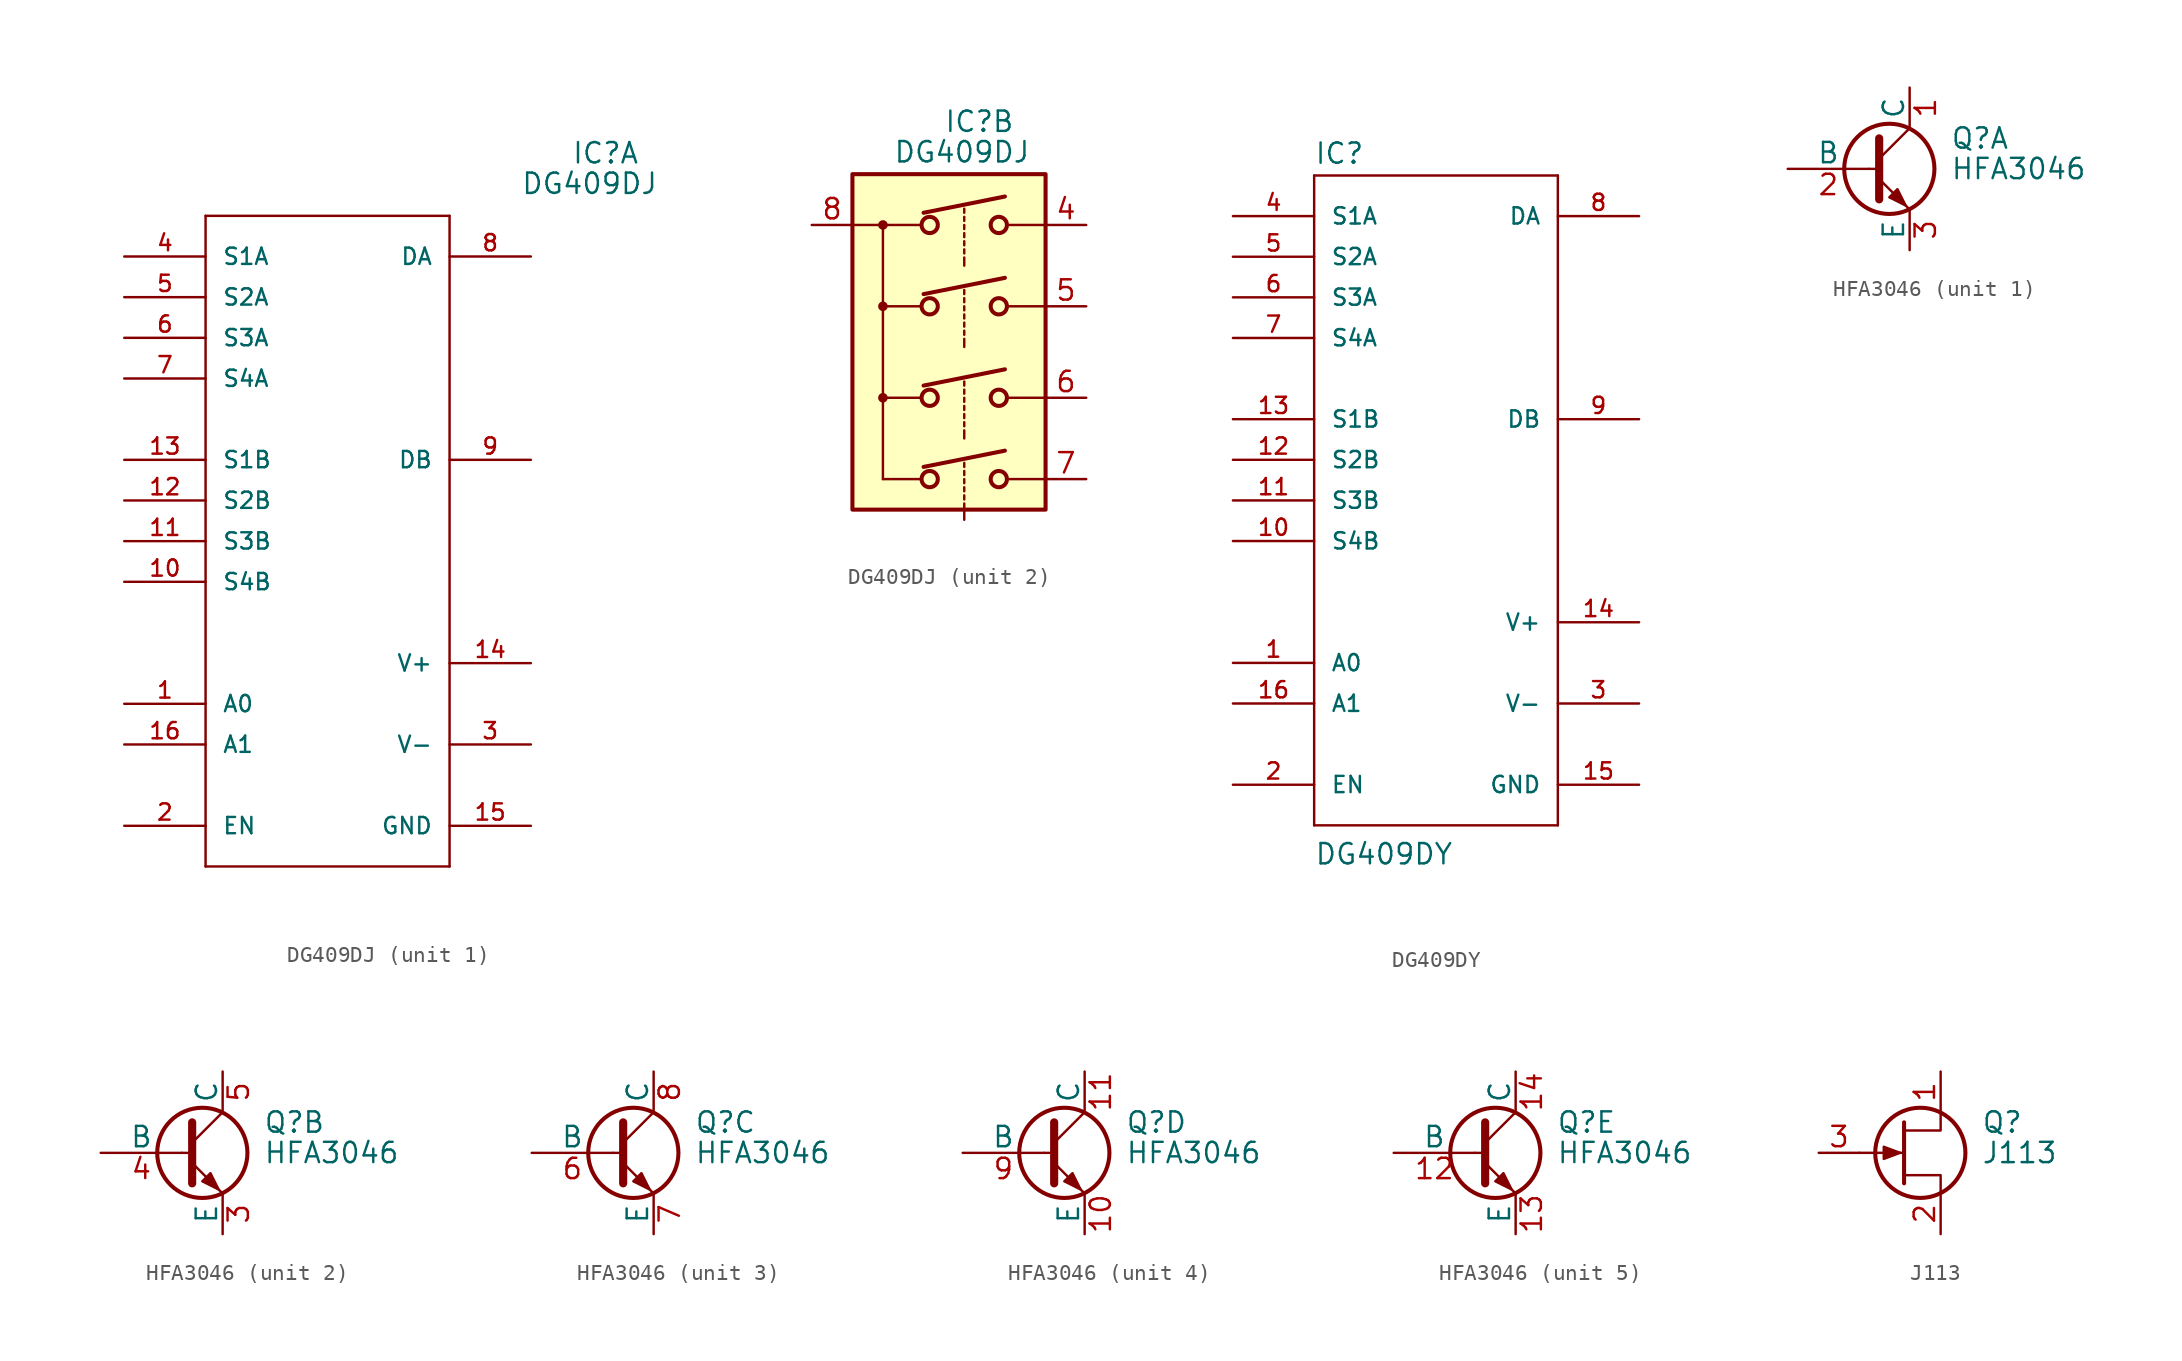
<source format=kicad_sym>
(kicad_symbol_lib
  (version 20220914)
  (generator kicad_symbol_editor)
  (symbol "DG409DJ"
    (pin_names
      (offset 1.016))
    (property "Reference" "IC"
      (at 15.24 23.495 0)
      (effects (font (size 1.27 1.27)) (justify left bottom)))
    (property "Value" "DG409DJ"
      (at 12.065 21.59 0)
      (effects (font (size 1.27 1.27)) (justify left bottom)))
    (property "ki_locked" ""
      (at 0 0 0)
      (effects (font (size 1.27 1.27))))
    (symbol "DG409DJ_1_0"
      (polyline (pts (xy -7.62 20.32) (xy -7.62 -20.32)) (stroke (width 0) (type default)) (fill (type none)))
      (polyline (pts (xy -7.62 20.32) (xy 7.62 20.32)) (stroke (width 0) (type default)) (fill (type none)))
      (polyline (pts (xy 7.62 -20.32) (xy -7.62 -20.32)) (stroke (width 0) (type default)) (fill (type none)))
      (polyline (pts (xy 7.62 -20.32) (xy 7.62 20.32)) (stroke (width 0) (type default)) (fill (type none))))
    (symbol "DG409DJ_1_1"
      (pin input line (at -12.7 -10.16 0) (length 5.08) (name "A0" (effects (font (size 1.016 1.016)))) (number "1" (effects (font (size 1.016 1.016)))))
      (pin passive line (at -12.7 -2.54 0) (length 5.08) (name "S4B" (effects (font (size 1.016 1.016)))) (number "10" (effects (font (size 1.016 1.016)))))
      (pin passive line (at -12.7 0 0) (length 5.08) (name "S3B" (effects (font (size 1.016 1.016)))) (number "11" (effects (font (size 1.016 1.016)))))
      (pin passive line (at -12.7 2.54 0) (length 5.08) (name "S2B" (effects (font (size 1.016 1.016)))) (number "12" (effects (font (size 1.016 1.016)))))
      (pin passive line (at -12.7 5.08 0) (length 5.08) (name "S1B" (effects (font (size 1.016 1.016)))) (number "13" (effects (font (size 1.016 1.016)))))
      (pin power_in line (at 12.7 -7.62 180) (length 5.08) (name "V+" (effects (font (size 1.016 1.016)))) (number "14" (effects (font (size 1.016 1.016)))))
      (pin power_in line (at 12.7 -17.78 180) (length 5.08) (name "GND" (effects (font (size 1.016 1.016)))) (number "15" (effects (font (size 1.016 1.016)))))
      (pin input line (at -12.7 -12.7 0) (length 5.08) (name "A1" (effects (font (size 1.016 1.016)))) (number "16" (effects (font (size 1.016 1.016)))))
      (pin input line (at -12.7 -17.78 0) (length 5.08) (name "EN" (effects (font (size 1.016 1.016)))) (number "2" (effects (font (size 1.016 1.016)))))
      (pin power_in line (at 12.7 -12.7 180) (length 5.08) (name "V-" (effects (font (size 1.016 1.016)))) (number "3" (effects (font (size 1.016 1.016)))))
      (pin passive line (at -12.7 17.78 0) (length 5.08) (name "S1A" (effects (font (size 1.016 1.016)))) (number "4" (effects (font (size 1.016 1.016)))))
      (pin passive line (at -12.7 15.24 0) (length 5.08) (name "S2A" (effects (font (size 1.016 1.016)))) (number "5" (effects (font (size 1.016 1.016)))))
      (pin passive line (at -12.7 12.7 0) (length 5.08) (name "S3A" (effects (font (size 1.016 1.016)))) (number "6" (effects (font (size 1.016 1.016)))))
      (pin passive line (at -12.7 10.16 0) (length 5.08) (name "S4A" (effects (font (size 1.016 1.016)))) (number "7" (effects (font (size 1.016 1.016)))))
      (pin passive line (at 12.7 17.78 180) (length 5.08) (name "DA" (effects (font (size 1.016 1.016)))) (number "8" (effects (font (size 1.016 1.016)))))
      (pin passive line (at 12.7 5.08 180) (length 5.08) (name "DB" (effects (font (size 1.016 1.016)))) (number "9" (effects (font (size 1.016 1.016))))))
    (symbol "DG409DJ_2_1"
      (polyline (pts (xy 9.525 17.78) (xy 13.716 17.78)) (stroke (width 0) (type default)) (fill (type none)))
      (polyline (pts (xy 11.43 1.905) (xy 13.716 1.905)) (stroke (width 0) (type default)) (fill (type none)))
      (polyline (pts (xy 11.43 6.985) (xy 13.716 6.985)) (stroke (width 0) (type default)) (fill (type none)))
      (polyline (pts (xy 11.43 12.7) (xy 13.716 12.7)) (stroke (width 0) (type default)) (fill (type none)))
      (polyline (pts (xy 11.43 17.78) (xy 11.43 1.905)) (stroke (width 0) (type default)) (fill (type none)))
      (polyline (pts (xy 13.97 2.667) (xy 19.05 3.683)) (stroke (width 0.254) (type default)) (fill (type none)))
      (polyline (pts (xy 13.97 7.747) (xy 19.05 8.763)) (stroke (width 0.254) (type default)) (fill (type none)))
      (polyline (pts (xy 13.97 13.462) (xy 19.05 14.478)) (stroke (width 0.254) (type default)) (fill (type none)))
      (polyline (pts (xy 13.97 18.542) (xy 19.05 19.558)) (stroke (width 0.254) (type default)) (fill (type none)))
      (polyline (pts (xy 16.51 -0.635) (xy 16.51 -0.127)) (stroke (width 0) (type default)) (fill (type none)))
      (polyline (pts (xy 16.51 0.127) (xy 16.51 0.381)) (stroke (width 0) (type default)) (fill (type none)))
      (polyline (pts (xy 16.51 0.635) (xy 16.51 0.889)) (stroke (width 0) (type default)) (fill (type none)))
      (polyline (pts (xy 16.51 1.143) (xy 16.51 1.397)) (stroke (width 0) (type default)) (fill (type none)))
      (polyline (pts (xy 16.51 1.651) (xy 16.51 1.905)) (stroke (width 0) (type default)) (fill (type none)))
      (polyline (pts (xy 16.51 2.159) (xy 16.51 2.413)) (stroke (width 0) (type default)) (fill (type none)))
      (polyline (pts (xy 16.51 2.667) (xy 16.51 2.921)) (stroke (width 0) (type default)) (fill (type none)))
      (polyline (pts (xy 16.51 4.445) (xy 16.51 4.953)) (stroke (width 0) (type default)) (fill (type none)))
      (polyline (pts (xy 16.51 5.207) (xy 16.51 5.461)) (stroke (width 0) (type default)) (fill (type none)))
      (polyline (pts (xy 16.51 5.715) (xy 16.51 5.969)) (stroke (width 0) (type default)) (fill (type none)))
      (polyline (pts (xy 16.51 6.223) (xy 16.51 6.477)) (stroke (width 0) (type default)) (fill (type none)))
      (polyline (pts (xy 16.51 6.731) (xy 16.51 6.985)) (stroke (width 0) (type default)) (fill (type none)))
      (polyline (pts (xy 16.51 7.239) (xy 16.51 7.493)) (stroke (width 0) (type default)) (fill (type none)))
      (polyline (pts (xy 16.51 7.747) (xy 16.51 8.001)) (stroke (width 0) (type default)) (fill (type none)))
      (polyline (pts (xy 16.51 10.16) (xy 16.51 10.668)) (stroke (width 0) (type default)) (fill (type none)))
      (polyline (pts (xy 16.51 10.922) (xy 16.51 11.176)) (stroke (width 0) (type default)) (fill (type none)))
      (polyline (pts (xy 16.51 11.43) (xy 16.51 11.684)) (stroke (width 0) (type default)) (fill (type none)))
      (polyline (pts (xy 16.51 11.938) (xy 16.51 12.192)) (stroke (width 0) (type default)) (fill (type none)))
      (polyline (pts (xy 16.51 12.446) (xy 16.51 12.7)) (stroke (width 0) (type default)) (fill (type none)))
      (polyline (pts (xy 16.51 12.954) (xy 16.51 13.208)) (stroke (width 0) (type default)) (fill (type none)))
      (polyline (pts (xy 16.51 13.462) (xy 16.51 13.716)) (stroke (width 0) (type default)) (fill (type none)))
      (polyline (pts (xy 16.51 15.24) (xy 16.51 15.748)) (stroke (width 0) (type default)) (fill (type none)))
      (polyline (pts (xy 16.51 16.002) (xy 16.51 16.256)) (stroke (width 0) (type default)) (fill (type none)))
      (polyline (pts (xy 16.51 16.51) (xy 16.51 16.764)) (stroke (width 0) (type default)) (fill (type none)))
      (polyline (pts (xy 16.51 17.018) (xy 16.51 17.272)) (stroke (width 0) (type default)) (fill (type none)))
      (polyline (pts (xy 16.51 17.526) (xy 16.51 17.78)) (stroke (width 0) (type default)) (fill (type none)))
      (polyline (pts (xy 16.51 18.034) (xy 16.51 18.288)) (stroke (width 0) (type default)) (fill (type none)))
      (polyline (pts (xy 16.51 18.542) (xy 16.51 18.796)) (stroke (width 0) (type default)) (fill (type none)))
      (polyline (pts (xy 21.59 1.905) (xy 19.304 1.905)) (stroke (width 0) (type default)) (fill (type none)))
      (polyline (pts (xy 21.59 6.985) (xy 19.304 6.985)) (stroke (width 0) (type default)) (fill (type none)))
      (polyline (pts (xy 21.59 12.7) (xy 19.304 12.7)) (stroke (width 0) (type default)) (fill (type none)))
      (polyline (pts (xy 21.59 17.78) (xy 19.304 17.78)) (stroke (width 0) (type default)) (fill (type none)))
      (rectangle (start 9.525 20.955) (end 21.59 0) (stroke (width 0.254) (type default)) (fill (type background)))
      (circle (center 11.43 6.985) (radius 0.225) (stroke (width 0) (type default)) (fill (type outline)))
      (circle (center 11.43 12.7) (radius 0.225) (stroke (width 0) (type default)) (fill (type outline)))
      (circle (center 11.43 17.78) (radius 0.225) (stroke (width 0) (type default)) (fill (type outline)))
      (circle (center 14.351 1.905) (radius 0.508) (stroke (width 0.254) (type default)) (fill (type none)))
      (circle (center 14.351 6.985) (radius 0.508) (stroke (width 0.254) (type default)) (fill (type none)))
      (circle (center 14.351 12.7) (radius 0.508) (stroke (width 0.254) (type default)) (fill (type none)))
      (circle (center 14.351 17.78) (radius 0.508) (stroke (width 0.254) (type default)) (fill (type none)))
      (circle (center 18.669 1.905) (radius 0.508) (stroke (width 0.254) (type default)) (fill (type none)))
      (circle (center 18.669 6.985) (radius 0.508) (stroke (width 0.254) (type default)) (fill (type none)))
      (circle (center 18.669 12.7) (radius 0.508) (stroke (width 0.254) (type default)) (fill (type none)))
      (circle (center 18.669 17.78) (radius 0.508) (stroke (width 0.254) (type default)) (fill (type none)))
      (pin passive line (at 24.13 17.78 180) (length 2.54) (name "~" (effects (font (size 1.27 1.27)))) (number "4" (effects (font (size 1.27 1.27)))))
      (pin passive line (at 24.13 12.7 180) (length 2.54) (name "~" (effects (font (size 1.27 1.27)))) (number "5" (effects (font (size 1.27 1.27)))))
      (pin passive line (at 24.13 6.985 180) (length 2.54) (name "~" (effects (font (size 1.27 1.27)))) (number "6" (effects (font (size 1.27 1.27)))))
      (pin passive line (at 24.13 1.905 180) (length 2.54) (name "~" (effects (font (size 1.27 1.27)))) (number "7" (effects (font (size 1.27 1.27)))))
      (pin passive line (at 6.985 17.78 0) (length 2.54) (name "~" (effects (font (size 1.27 1.27)))) (number "8" (effects (font (size 1.27 1.27)))))))
  (symbol "DG409DY"
    (pin_names
      (offset 1.016))
    (property "Reference" "IC"
      (at -7.62 20.955 0)
      (effects (font (size 1.27 1.27)) (justify left bottom)))
    (property "Value" "DG409DY"
      (at -7.62 -22.86 0)
      (effects (font (size 1.27 1.27)) (justify left bottom)))
    (property "ki_locked" ""
      (at 0 0 0)
      (effects (font (size 1.27 1.27))))
    (symbol "DG409DY_1_0"
      (polyline (pts (xy -7.62 20.32) (xy -7.62 -20.32)) (stroke (width 0) (type default)) (fill (type none)))
      (polyline (pts (xy -7.62 20.32) (xy 7.62 20.32)) (stroke (width 0) (type default)) (fill (type none)))
      (polyline (pts (xy 7.62 -20.32) (xy -7.62 -20.32)) (stroke (width 0) (type default)) (fill (type none)))
      (polyline (pts (xy 7.62 -20.32) (xy 7.62 20.32)) (stroke (width 0) (type default)) (fill (type none))))
    (symbol "DG409DY_1_1"
      (pin input line (at -12.7 -10.16 0) (length 5.08) (name "A0" (effects (font (size 1.016 1.016)))) (number "1" (effects (font (size 1.016 1.016)))))
      (pin passive line (at -12.7 -2.54 0) (length 5.08) (name "S4B" (effects (font (size 1.016 1.016)))) (number "10" (effects (font (size 1.016 1.016)))))
      (pin passive line (at -12.7 0 0) (length 5.08) (name "S3B" (effects (font (size 1.016 1.016)))) (number "11" (effects (font (size 1.016 1.016)))))
      (pin passive line (at -12.7 2.54 0) (length 5.08) (name "S2B" (effects (font (size 1.016 1.016)))) (number "12" (effects (font (size 1.016 1.016)))))
      (pin passive line (at -12.7 5.08 0) (length 5.08) (name "S1B" (effects (font (size 1.016 1.016)))) (number "13" (effects (font (size 1.016 1.016)))))
      (pin power_in line (at 12.7 -7.62 180) (length 5.08) (name "V+" (effects (font (size 1.016 1.016)))) (number "14" (effects (font (size 1.016 1.016)))))
      (pin power_in line (at 12.7 -17.78 180) (length 5.08) (name "GND" (effects (font (size 1.016 1.016)))) (number "15" (effects (font (size 1.016 1.016)))))
      (pin input line (at -12.7 -12.7 0) (length 5.08) (name "A1" (effects (font (size 1.016 1.016)))) (number "16" (effects (font (size 1.016 1.016)))))
      (pin input line (at -12.7 -17.78 0) (length 5.08) (name "EN" (effects (font (size 1.016 1.016)))) (number "2" (effects (font (size 1.016 1.016)))))
      (pin power_in line (at 12.7 -12.7 180) (length 5.08) (name "V-" (effects (font (size 1.016 1.016)))) (number "3" (effects (font (size 1.016 1.016)))))
      (pin passive line (at -12.7 17.78 0) (length 5.08) (name "S1A" (effects (font (size 1.016 1.016)))) (number "4" (effects (font (size 1.016 1.016)))))
      (pin passive line (at -12.7 15.24 0) (length 5.08) (name "S2A" (effects (font (size 1.016 1.016)))) (number "5" (effects (font (size 1.016 1.016)))))
      (pin passive line (at -12.7 12.7 0) (length 5.08) (name "S3A" (effects (font (size 1.016 1.016)))) (number "6" (effects (font (size 1.016 1.016)))))
      (pin passive line (at -12.7 10.16 0) (length 5.08) (name "S4A" (effects (font (size 1.016 1.016)))) (number "7" (effects (font (size 1.016 1.016)))))
      (pin passive line (at 12.7 17.78 180) (length 5.08) (name "DA" (effects (font (size 1.016 1.016)))) (number "8" (effects (font (size 1.016 1.016)))))
      (pin passive line (at 12.7 5.08 180) (length 5.08) (name "DB" (effects (font (size 1.016 1.016)))) (number "9" (effects (font (size 1.016 1.016)))))))
  (symbol "HFA3046"
    (pin_names
      (offset 0))
    (property "Reference" "Q"
      (at 5.08 1.905 0)
      (effects (font (size 1.27 1.27)) (justify left)))
    (property "Value" "HFA3046"
      (at 5.08 0 0)
      (effects (font (size 1.27 1.27)) (justify left)))
    (property "Datasheet" ""
      (at 0 0 0)
      (effects (font (size 1.27 1.27)) (justify left)))
    (symbol "HFA3046_0_1"
      (polyline (pts (xy 0 0) (xy 0.635 0)) (stroke (width 0) (type default)) (fill (type none)))
      (polyline (pts (xy 0.635 0.635) (xy 2.54 2.54)) (stroke (width 0) (type default)) (fill (type none)))
      (polyline (pts (xy 0.635 -0.635) (xy 2.54 -2.54) (xy 2.54 -2.54)) (stroke (width 0) (type default)) (fill (type none)))
      (polyline (pts (xy 0.635 1.905) (xy 0.635 -1.905) (xy 0.635 -1.905)) (stroke (width 0.508) (type default)) (fill (type none)))
      (polyline (pts (xy 1.27 -1.778) (xy 1.778 -1.27) (xy 2.286 -2.286) (xy 1.27 -1.778) (xy 1.27 -1.778)) (stroke (width 0) (type default)) (fill (type outline)))
      (circle (center 1.27 0) (radius 2.819) (stroke (width 0.254) (type default)) (fill (type none))))
    (symbol "HFA3046_1_1"
      (pin passive line (at 2.54 5.08 270) (length 2.54) (name "C" (effects (font (size 1.27 1.27)))) (number "1" (effects (font (size 1.27 1.27)))))
      (pin input line (at -5.08 0 0) (length 5.08) (name "B" (effects (font (size 1.27 1.27)))) (number "2" (effects (font (size 1.27 1.27)))))
      (pin passive line (at 2.54 -5.08 90) (length 2.54) (name "E" (effects (font (size 1.27 1.27)))) (number "3" (effects (font (size 1.27 1.27))))))
    (symbol "HFA3046_2_1"
      (pin passive line (at 2.54 -5.08 90) (length 2.54) (name "E" (effects (font (size 1.27 1.27)))) (number "3" (effects (font (size 1.27 1.27)))))
      (pin input line (at -5.08 0 0) (length 5.08) (name "B" (effects (font (size 1.27 1.27)))) (number "4" (effects (font (size 1.27 1.27)))))
      (pin passive line (at 2.54 5.08 270) (length 2.54) (name "C" (effects (font (size 1.27 1.27)))) (number "5" (effects (font (size 1.27 1.27))))))
    (symbol "HFA3046_3_1"
      (pin input line (at -5.08 0 0) (length 5.08) (name "B" (effects (font (size 1.27 1.27)))) (number "6" (effects (font (size 1.27 1.27)))))
      (pin passive line (at 2.54 -5.08 90) (length 2.54) (name "E" (effects (font (size 1.27 1.27)))) (number "7" (effects (font (size 1.27 1.27)))))
      (pin passive line (at 2.54 5.08 270) (length 2.54) (name "C" (effects (font (size 1.27 1.27)))) (number "8" (effects (font (size 1.27 1.27))))))
    (symbol "HFA3046_4_1"
      (pin passive line (at 2.54 -5.08 90) (length 2.54) (name "E" (effects (font (size 1.27 1.27)))) (number "10" (effects (font (size 1.27 1.27)))))
      (pin passive line (at 2.54 5.08 270) (length 2.54) (name "C" (effects (font (size 1.27 1.27)))) (number "11" (effects (font (size 1.27 1.27)))))
      (pin input line (at -5.08 0 0) (length 5.08) (name "B" (effects (font (size 1.27 1.27)))) (number "9" (effects (font (size 1.27 1.27))))))
    (symbol "HFA3046_5_1"
      (pin input line (at -5.08 0 0) (length 5.08) (name "B" (effects (font (size 1.27 1.27)))) (number "12" (effects (font (size 1.27 1.27)))))
      (pin passive line (at 2.54 -5.08 90) (length 2.54) (name "E" (effects (font (size 1.27 1.27)))) (number "13" (effects (font (size 1.27 1.27)))))
      (pin passive line (at 2.54 5.08 270) (length 2.54) (name "C" (effects (font (size 1.27 1.27)))) (number "14" (effects (font (size 1.27 1.27)))))))
  (symbol "J113"
    (pin_names hide)
    (property "Reference" "Q"
      (at 5.08 1.905 0)
      (effects (font (size 1.27 1.27)) (justify left)))
    (property "Value" "J113"
      (at 5.08 0 0)
      (effects (font (size 1.27 1.27)) (justify left)))
    (symbol "J113_0_1"
      (polyline (pts (xy 0.254 0) (xy -2.54 0)) (stroke (width 0) (type default)) (fill (type none)))
      (polyline (pts (xy 0.254 1.905) (xy 0.254 -1.905)) (stroke (width 0.254) (type default)) (fill (type none)))
      (polyline (pts (xy 2.54 -2.54) (xy 2.54 -1.397) (xy 0.254 -1.397)) (stroke (width 0) (type default)) (fill (type none)))
      (polyline (pts (xy 2.54 2.54) (xy 2.54 1.397) (xy 0.254 1.397)) (stroke (width 0) (type default)) (fill (type none)))
      (polyline (pts (xy 0 0) (xy -1.016 0.381) (xy -1.016 -0.381) (xy 0 0)) (stroke (width 0) (type default)) (fill (type outline)))
      (circle (center 1.27 0) (radius 2.819) (stroke (width 0.254) (type default)) (fill (type none))))
    (symbol "J113_1_1"
      (pin passive line (at 2.54 5.08 270) (length 2.54) (name "D" (effects (font (size 1.27 1.27)))) (number "1" (effects (font (size 1.27 1.27)))))
      (pin passive line (at 2.54 -5.08 90) (length 2.54) (name "S" (effects (font (size 1.27 1.27)))) (number "2" (effects (font (size 1.27 1.27)))))
      (pin input line (at -5.08 0 0) (length 2.54) (name "G" (effects (font (size 1.27 1.27)))) (number "3" (effects (font (size 1.27 1.27))))))))
</source>
